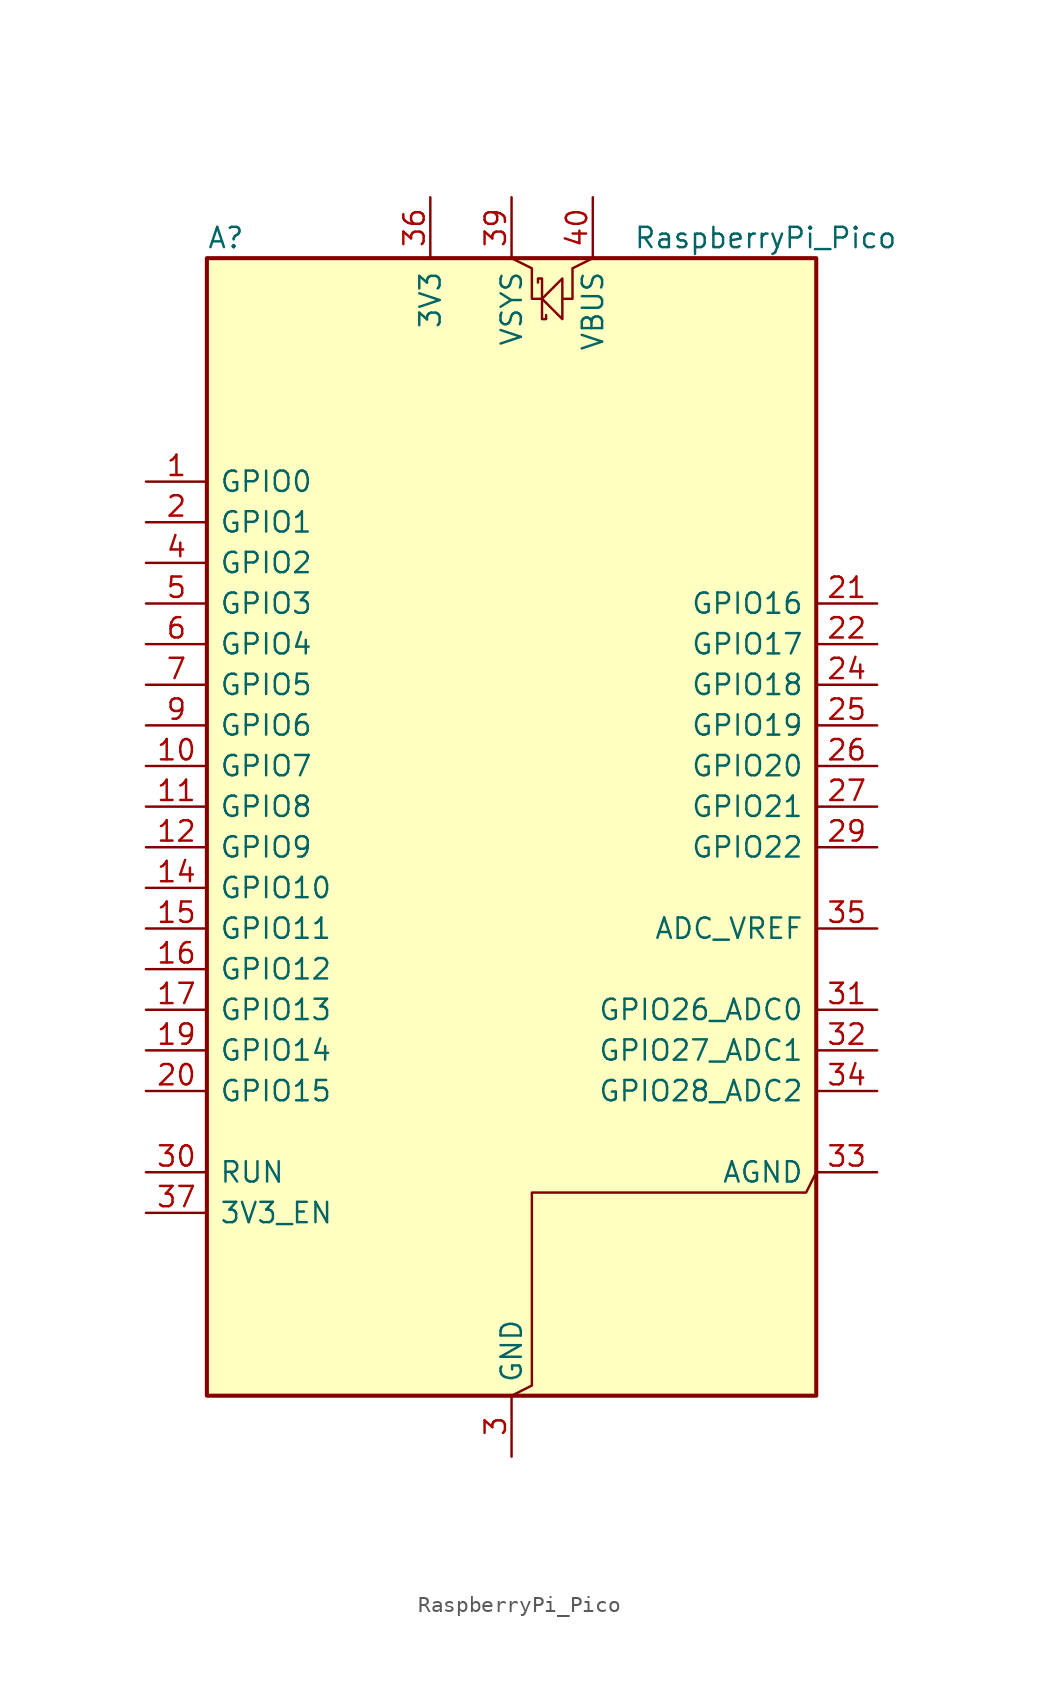
<source format=kicad_sym>
(kicad_symbol_lib
  (version 20231120)
  (generator "kicad_symbol_editor")
  (generator_version "8.0")
  (symbol "RaspberryPi_Pico"
    (pin_names
      (offset 0.762))
    (property "Reference" "A"
      (at -19.05 38.1 0)
      (effects (font (size 1.27 1.27)) (justify left)))
    (property "Value" "RaspberryPi_Pico"
      (at 7.62 38.1 0)
      (effects (font (size 1.27 1.27)) (justify left)))
    (symbol "RaspberryPi_Pico_0_1"
      (rectangle (start -19.05 36.83) (end 19.05 -34.29) (stroke (width 0.254) (type default)) (fill (type background)))
      (polyline (pts (xy 0 36.83) (xy 1.27 36.195) (xy 1.27 34.29) (xy 1.905 34.29)) (stroke (width 0) (type default)) (fill (type none)))
      (polyline (pts (xy 1.905 34.29) (xy 3.175 35.56) (xy 3.175 33.02) (xy 1.905 34.29)) (stroke (width 0) (type default)) (fill (type none)))
      (polyline (pts (xy 5.08 36.83) (xy 3.81 36.195) (xy 3.81 34.29) (xy 3.175 34.29)) (stroke (width 0) (type default)) (fill (type none)))
      (polyline (pts (xy 0 -34.29) (xy 1.27 -33.655) (xy 1.27 -21.59) (xy 18.415 -21.59) (xy 19.05 -20.32)) (stroke (width 0) (type default)) (fill (type none)))
      (polyline (pts (xy 1.651 35.306) (xy 1.651 35.56) (xy 1.905 35.56) (xy 1.905 33.02) (xy 2.159 33.02) (xy 2.159 33.274)) (stroke (width 0) (type default)) (fill (type none))))
    (symbol "RaspberryPi_Pico_1_1"
      (pin bidirectional line (at -22.86 22.86 0) (length 3.81) (name "GPIO0" (effects (font (size 1.27 1.27)))) (number "1" (effects (font (size 1.27 1.27)))) (alternate "I2C0_SDA" bidirectional line) (alternate "PWM0_A" output line) (alternate "SPI0_RX" input line) (alternate "UART0_TX" output line) (alternate "USB_OVCUR_DET" input line))
      (pin bidirectional line (at -22.86 5.08 0) (length 3.81) (name "GPIO7" (effects (font (size 1.27 1.27)))) (number "10" (effects (font (size 1.27 1.27)))) (alternate "I2C1_SCL" bidirectional clock) (alternate "PWM3_B" bidirectional line) (alternate "SPI0_TX" output line) (alternate "UART1_RTS" output line) (alternate "USB_VBUS_DET" input line))
      (pin bidirectional line (at -22.86 2.54 0) (length 3.81) (name "GPIO8" (effects (font (size 1.27 1.27)))) (number "11" (effects (font (size 1.27 1.27)))) (alternate "I2C0_SDA" bidirectional line) (alternate "PWM4_A" output line) (alternate "SPI1_RX" input line) (alternate "UART1_TX" output line) (alternate "USB_VBUS_EN" output line))
      (pin bidirectional line (at -22.86 0 0) (length 3.81) (name "GPIO9" (effects (font (size 1.27 1.27)))) (number "12" (effects (font (size 1.27 1.27)))) (alternate "I2C0_SCL" bidirectional clock) (alternate "PWM4_B" bidirectional line) (alternate "UART1_RX" input line) (alternate "USB_OVCUR_DET" input line) (alternate "~{SPI1_CSn}" bidirectional line))
      (pin passive line (at 0 -38.1 90) (length 3.81) hide (name "GND" (effects (font (size 1.27 1.27)))) (number "13" (effects (font (size 1.27 1.27)))))
      (pin bidirectional line (at -22.86 -2.54 0) (length 3.81) (name "GPIO10" (effects (font (size 1.27 1.27)))) (number "14" (effects (font (size 1.27 1.27)))) (alternate "I2C1_SDA" bidirectional line) (alternate "PWM5_A" output line) (alternate "SPI1_SCK" bidirectional clock) (alternate "UART1_CTS" input line) (alternate "USB_VBUS_DET" input line))
      (pin bidirectional line (at -22.86 -5.08 0) (length 3.81) (name "GPIO11" (effects (font (size 1.27 1.27)))) (number "15" (effects (font (size 1.27 1.27)))) (alternate "I2C1_SCL" bidirectional clock) (alternate "PWM5_B" bidirectional line) (alternate "SPI1_TX" output line) (alternate "UART1_RTS" output line) (alternate "USB_VBUS_EN" output line))
      (pin bidirectional line (at -22.86 -7.62 0) (length 3.81) (name "GPIO12" (effects (font (size 1.27 1.27)))) (number "16" (effects (font (size 1.27 1.27)))) (alternate "I2C0_SDA" bidirectional line) (alternate "PWM6_A" output line) (alternate "SPI1_RX" input line) (alternate "UART0_TX" output line) (alternate "USB_OVCUR_DET" input line))
      (pin bidirectional line (at -22.86 -10.16 0) (length 3.81) (name "GPIO13" (effects (font (size 1.27 1.27)))) (number "17" (effects (font (size 1.27 1.27)))) (alternate "I2C0_SCL" bidirectional clock) (alternate "PWM6_B" bidirectional line) (alternate "UART0_RX" input line) (alternate "USB_VBUS_DET" input line) (alternate "~{SPI1_CSn}" bidirectional line))
      (pin passive line (at 0 -38.1 90) (length 3.81) hide (name "GND" (effects (font (size 1.27 1.27)))) (number "18" (effects (font (size 1.27 1.27)))))
      (pin bidirectional line (at -22.86 -12.7 0) (length 3.81) (name "GPIO14" (effects (font (size 1.27 1.27)))) (number "19" (effects (font (size 1.27 1.27)))) (alternate "I2C1_SDA" bidirectional line) (alternate "PWM7_A" output line) (alternate "SPI1_SCK" bidirectional clock) (alternate "UART0_CTS" input line) (alternate "USB_VBUS_EN" output line))
      (pin bidirectional line (at -22.86 20.32 0) (length 3.81) (name "GPIO1" (effects (font (size 1.27 1.27)))) (number "2" (effects (font (size 1.27 1.27)))) (alternate "I2C0_SCL" bidirectional clock) (alternate "PWM0_B" bidirectional line) (alternate "UART0_RX" input line) (alternate "USB_VBUS_DET" passive line) (alternate "~{SPI0_CSn}" bidirectional line))
      (pin bidirectional line (at -22.86 -15.24 0) (length 3.81) (name "GPIO15" (effects (font (size 1.27 1.27)))) (number "20" (effects (font (size 1.27 1.27)))) (alternate "I2C1_SCL" bidirectional clock) (alternate "PWM7_B" bidirectional line) (alternate "SPI1_TX" output line) (alternate "UART0_RTS" output line) (alternate "USB_OVCUR_DET" input line))
      (pin bidirectional line (at 22.86 15.24 180) (length 3.81) (name "GPIO16" (effects (font (size 1.27 1.27)))) (number "21" (effects (font (size 1.27 1.27)))) (alternate "I2C0_SDA" bidirectional line) (alternate "PWM0_A" output line) (alternate "SPI0_RX" input line) (alternate "UART0_TX" output line) (alternate "USB_VBUS_DET" input line))
      (pin bidirectional line (at 22.86 12.7 180) (length 3.81) (name "GPIO17" (effects (font (size 1.27 1.27)))) (number "22" (effects (font (size 1.27 1.27)))) (alternate "I2C0_SCL" bidirectional clock) (alternate "PWM0_B" bidirectional line) (alternate "UART0_RX" input line) (alternate "USB_VBUS_EN" output line) (alternate "~{SPI0_CSn}" bidirectional line))
      (pin passive line (at 0 -38.1 90) (length 3.81) hide (name "GND" (effects (font (size 1.27 1.27)))) (number "23" (effects (font (size 1.27 1.27)))))
      (pin bidirectional line (at 22.86 10.16 180) (length 3.81) (name "GPIO18" (effects (font (size 1.27 1.27)))) (number "24" (effects (font (size 1.27 1.27)))) (alternate "I2C1_SDA" bidirectional line) (alternate "PWM1_A" output line) (alternate "SPI0_SCK" bidirectional clock) (alternate "UART0_CTS" input line) (alternate "USB_OVCUR_DET" input line))
      (pin bidirectional line (at 22.86 7.62 180) (length 3.81) (name "GPIO19" (effects (font (size 1.27 1.27)))) (number "25" (effects (font (size 1.27 1.27)))) (alternate "I2C1_SCL" bidirectional clock) (alternate "PWM1_B" bidirectional line) (alternate "SPI0_TX" output line) (alternate "UART0_RTS" output line) (alternate "USB_VBUS_DET" input line))
      (pin bidirectional line (at 22.86 5.08 180) (length 3.81) (name "GPIO20" (effects (font (size 1.27 1.27)))) (number "26" (effects (font (size 1.27 1.27)))) (alternate "CLOCK_GPIN0" input clock) (alternate "I2C0_SDA" bidirectional line) (alternate "PWM2_A" output line) (alternate "SPI0_RX" input line) (alternate "UART1_TX" output line) (alternate "USB_VBUS_EN" output line))
      (pin bidirectional line (at 22.86 2.54 180) (length 3.81) (name "GPIO21" (effects (font (size 1.27 1.27)))) (number "27" (effects (font (size 1.27 1.27)))) (alternate "CLOCK_GPOUT0" output clock) (alternate "I2C0_SCL" bidirectional clock) (alternate "PWM2_B" bidirectional line) (alternate "UART1_RX" input line) (alternate "USB_OVCUR_DET" input line) (alternate "~{SPI0_CSn}" bidirectional line))
      (pin passive line (at 0 -38.1 90) (length 3.81) hide (name "GND" (effects (font (size 1.27 1.27)))) (number "28" (effects (font (size 1.27 1.27)))))
      (pin bidirectional line (at 22.86 0 180) (length 3.81) (name "GPIO22" (effects (font (size 1.27 1.27)))) (number "29" (effects (font (size 1.27 1.27)))) (alternate "CLOCK_GPIN1" input clock) (alternate "I2C1_SDA" bidirectional line) (alternate "PWM3_A" output line) (alternate "SPI0_SCK" bidirectional clock) (alternate "UART1_CTS" input line) (alternate "USB_VBUS_DET" input line))
      (pin power_out line (at 0 -38.1 90) (length 3.81) (name "GND" (effects (font (size 1.27 1.27)))) (number "3" (effects (font (size 1.27 1.27)))) (alternate "GND_IN" power_in line))
      (pin input line (at -22.86 -20.32 0) (length 3.81) (name "RUN" (effects (font (size 1.27 1.27)))) (number "30" (effects (font (size 1.27 1.27)))) (alternate "~{RESET}" input line))
      (pin bidirectional line (at 22.86 -10.16 180) (length 3.81) (name "GPIO26_ADC0" (effects (font (size 1.27 1.27)))) (number "31" (effects (font (size 1.27 1.27)))) (alternate "ADC0" input line) (alternate "GPIO26" bidirectional line) (alternate "I2C1_SDA" bidirectional line) (alternate "PWM5_A" output line) (alternate "SPI1_SCK" bidirectional clock) (alternate "UART1_CTS" input line) (alternate "USB_VBUS_EN" output line))
      (pin bidirectional line (at 22.86 -12.7 180) (length 3.81) (name "GPIO27_ADC1" (effects (font (size 1.27 1.27)))) (number "32" (effects (font (size 1.27 1.27)))) (alternate "ADC1" input line) (alternate "GPIO27" bidirectional line) (alternate "I2C1_SCL" bidirectional clock) (alternate "PWM5_B" bidirectional line) (alternate "SPI1_TX" output line) (alternate "UART1_RTS" output line) (alternate "USB_OVCUR_DET" input line))
      (pin power_out line (at 22.86 -20.32 180) (length 3.81) (name "AGND" (effects (font (size 1.27 1.27)))) (number "33" (effects (font (size 1.27 1.27)))) (alternate "GND" passive line))
      (pin bidirectional line (at 22.86 -15.24 180) (length 3.81) (name "GPIO28_ADC2" (effects (font (size 1.27 1.27)))) (number "34" (effects (font (size 1.27 1.27)))) (alternate "ADC2" input line) (alternate "GPIO28" bidirectional line) (alternate "I2C0_SDA" bidirectional line) (alternate "PWM6_A" output line) (alternate "SPI1_RX" input line) (alternate "UART0_TX" output line) (alternate "USB_VBUS_DET" input line))
      (pin power_in line (at 22.86 -5.08 180) (length 3.81) (name "ADC_VREF" (effects (font (size 1.27 1.27)))) (number "35" (effects (font (size 1.27 1.27)))))
      (pin power_out line (at -5.08 40.64 270) (length 3.81) (name "3V3" (effects (font (size 1.27 1.27)))) (number "36" (effects (font (size 1.27 1.27)))))
      (pin input line (at -22.86 -22.86 0) (length 3.81) (name "3V3_EN" (effects (font (size 1.27 1.27)))) (number "37" (effects (font (size 1.27 1.27)))) (alternate "~{3V3_DISABLE}" input line))
      (pin passive line (at 0 -38.1 90) (length 3.81) hide (name "GND" (effects (font (size 1.27 1.27)))) (number "38" (effects (font (size 1.27 1.27)))))
      (pin power_in line (at 0 40.64 270) (length 3.81) (name "VSYS" (effects (font (size 1.27 1.27)))) (number "39" (effects (font (size 1.27 1.27)))) (alternate "VSYS_IN" power_in line) (alternate "VSYS_OUT" power_out line))
      (pin bidirectional line (at -22.86 17.78 0) (length 3.81) (name "GPIO2" (effects (font (size 1.27 1.27)))) (number "4" (effects (font (size 1.27 1.27)))) (alternate "I2C1_SDA" bidirectional line) (alternate "PWM1_A" output line) (alternate "SPI0_SCK" bidirectional clock) (alternate "UART0_CTS" input line) (alternate "USB_VBUS_DET" input line))
      (pin power_out line (at 5.08 40.64 270) (length 3.81) (name "VBUS" (effects (font (size 1.27 1.27)))) (number "40" (effects (font (size 1.27 1.27)))) (alternate "VBUS_HOST" power_in line))
      (pin bidirectional line (at -22.86 15.24 0) (length 3.81) (name "GPIO3" (effects (font (size 1.27 1.27)))) (number "5" (effects (font (size 1.27 1.27)))) (alternate "I2C1_SCL" bidirectional clock) (alternate "PWM1_B" bidirectional line) (alternate "SPI0_TX" output line) (alternate "UART0_RTS" output line) (alternate "USB_OVCUR_DET" input line))
      (pin bidirectional line (at -22.86 12.7 0) (length 3.81) (name "GPIO4" (effects (font (size 1.27 1.27)))) (number "6" (effects (font (size 1.27 1.27)))) (alternate "I2C0_SDA" bidirectional line) (alternate "PWM2_A" output line) (alternate "SPI0_RX" input line) (alternate "UART1_TX" output line) (alternate "USB_VBUS_DET" input line))
      (pin bidirectional line (at -22.86 10.16 0) (length 3.81) (name "GPIO5" (effects (font (size 1.27 1.27)))) (number "7" (effects (font (size 1.27 1.27)))) (alternate "I2C0_SCL" bidirectional clock) (alternate "PWM2_B" bidirectional line) (alternate "UART1_RX" input line) (alternate "USB_VBUS_EN" output line) (alternate "~{SPI0_CSn}" bidirectional line))
      (pin passive line (at 0 -38.1 90) (length 3.81) hide (name "GND" (effects (font (size 1.27 1.27)))) (number "8" (effects (font (size 1.27 1.27)))))
      (pin bidirectional line (at -22.86 7.62 0) (length 3.81) (name "GPIO6" (effects (font (size 1.27 1.27)))) (number "9" (effects (font (size 1.27 1.27)))) (alternate "I2C1_SDA" bidirectional line) (alternate "PWM3_A" output line) (alternate "SPI0_SCK" bidirectional clock) (alternate "UART1_CTS" input line) (alternate "USB_OVCUR_DET" input line)))))
</source>
